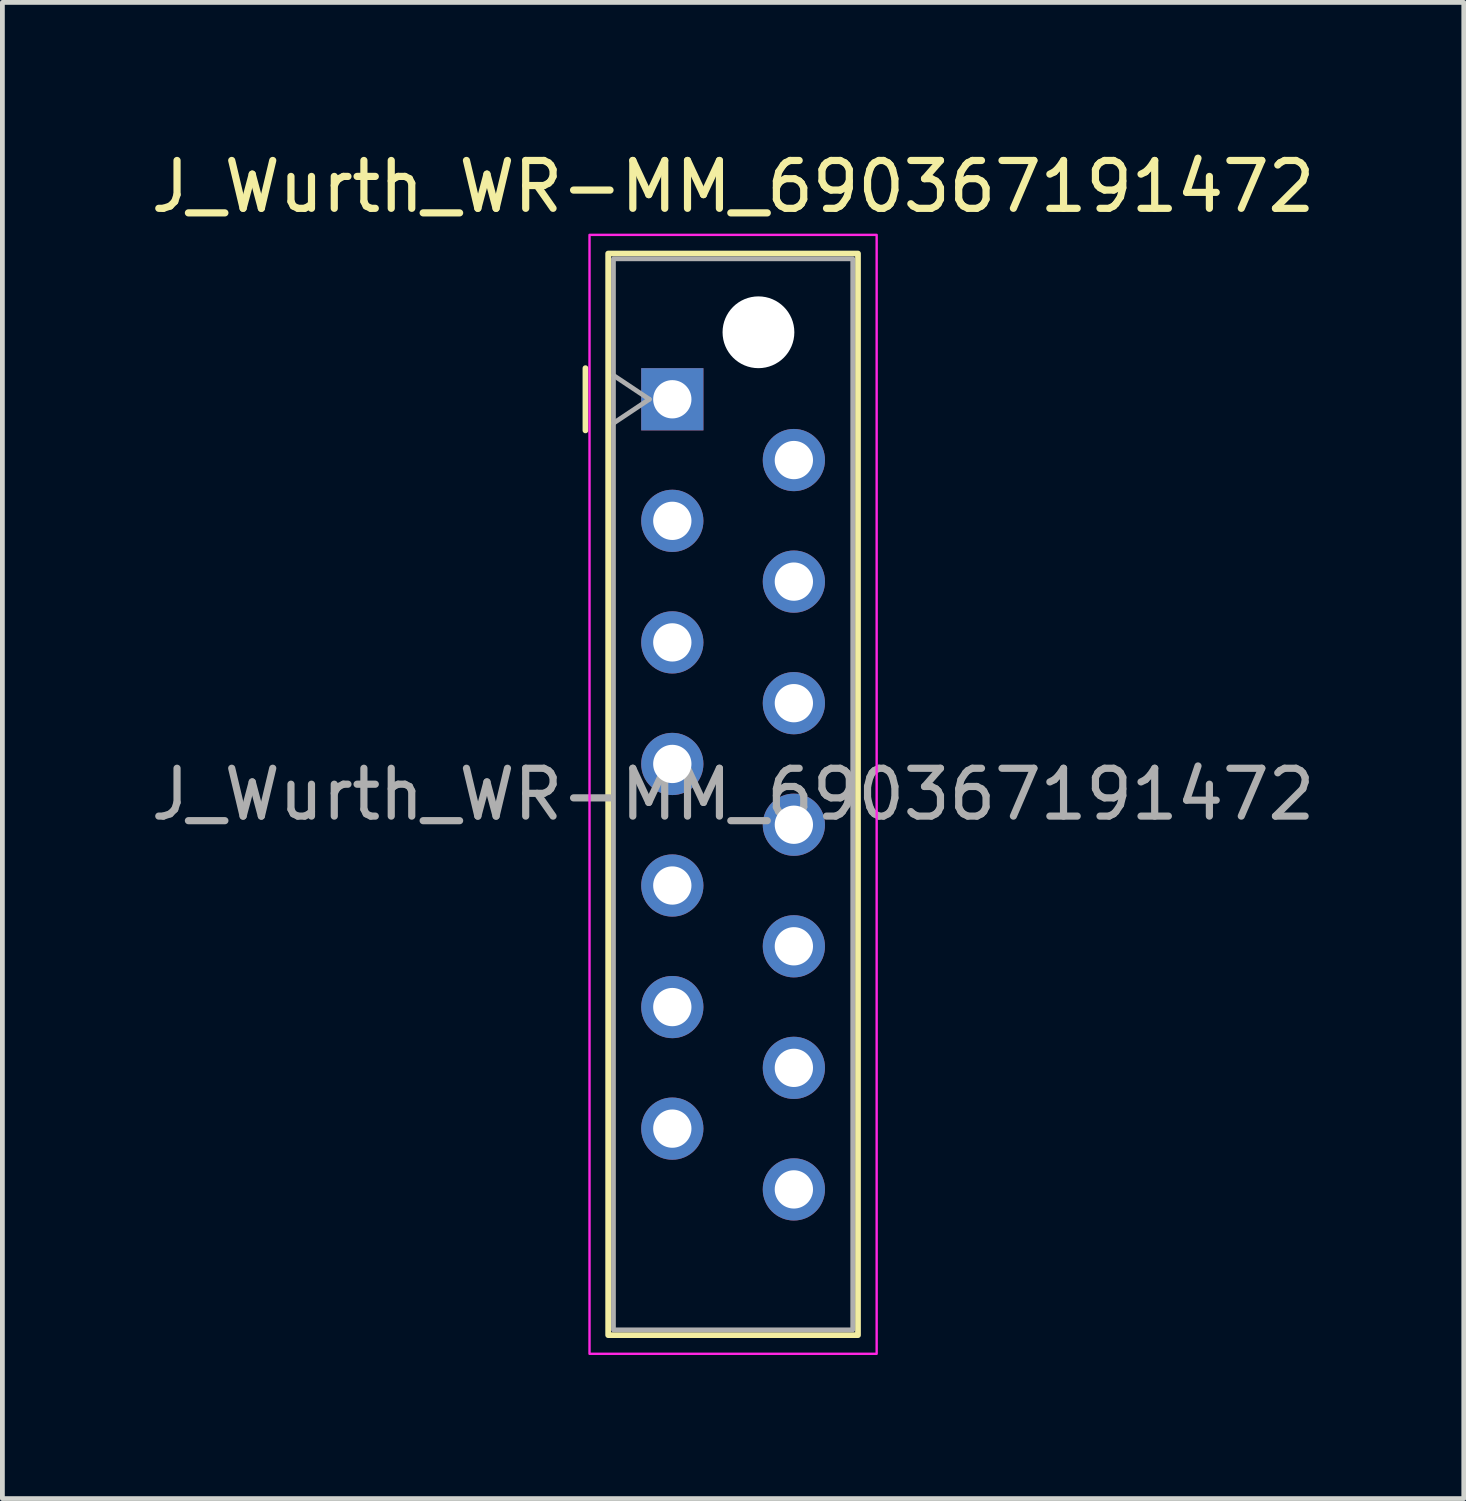
<source format=kicad_pcb>
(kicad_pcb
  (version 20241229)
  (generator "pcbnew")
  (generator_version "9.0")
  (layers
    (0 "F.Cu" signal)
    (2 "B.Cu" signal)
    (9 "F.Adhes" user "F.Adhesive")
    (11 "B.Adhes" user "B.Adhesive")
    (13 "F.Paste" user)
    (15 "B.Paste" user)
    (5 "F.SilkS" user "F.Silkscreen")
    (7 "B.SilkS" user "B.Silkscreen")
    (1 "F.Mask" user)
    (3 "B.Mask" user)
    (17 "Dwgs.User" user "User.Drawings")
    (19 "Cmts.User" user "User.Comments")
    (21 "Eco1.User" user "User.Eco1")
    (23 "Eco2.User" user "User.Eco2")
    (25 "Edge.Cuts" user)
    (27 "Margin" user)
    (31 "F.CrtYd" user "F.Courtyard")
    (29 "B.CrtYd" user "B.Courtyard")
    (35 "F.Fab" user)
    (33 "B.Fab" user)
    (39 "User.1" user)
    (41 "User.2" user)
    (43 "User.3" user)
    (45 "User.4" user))
  (footprint "J_Wurth_WR-MM_690367191472"
    (layer "F.Cu")
    (at 10.998 5.293)
    (property "Reference" "J_Wurth_WR-MM_690367191472" (at 1.27 -4.445 0) (unlocked yes) (layer "F.SilkS") (effects (font (size 1 1) (thickness 0.15))))
    (attr through_hole)
    (fp_line (start -1.815 0.65) (end -1.815 -0.65) (stroke (width 0.12) (type solid)) (layer "F.SilkS"))
    (fp_rect (start -1.34 -3.045) (end 3.88 19.555) (stroke (width 0.12) (type solid)) (fill no) (layer "F.SilkS"))
    (fp_rect (start -1.73 -3.435) (end 4.27 19.945) (stroke (width 0.05) (type solid)) (fill no) (layer "F.CrtYd"))
    (fp_line (start -0.48 0) (end -1.23 -0.5) (stroke (width 0.1) (type solid)) (layer "F.Fab"))
    (fp_line (start -0.48 0) (end -1.23 0.5) (stroke (width 0.1) (type solid)) (layer "F.Fab"))
    (fp_rect (start -1.23 -2.935) (end 3.77 19.445) (stroke (width 0.1) (type solid)) (fill no) (layer "F.Fab"))
    (fp_text user "${REFERENCE}" (at 1.27 8.255 0) (unlocked yes) (layer "F.Fab") (effects (font (size 1 1) (thickness 0.15))))
    (pad "" np_thru_hole circle (at 1.8 -1.4 90) (size 1.5 1.5) (drill 1.5) (layers "*.Cu" "*.Mask"))
    (pad "1" thru_hole rect (at 0 0 90) (size 1.3 1.3) (drill 0.8) (layers "*.Cu" "*.Mask"))
    (pad "2" thru_hole circle (at 2.54 1.27 90) (size 1.3 1.3) (drill 0.8) (layers "*.Cu" "*.Mask"))
    (pad "3" thru_hole circle (at 0 2.54 90) (size 1.3 1.3) (drill 0.8) (layers "*.Cu" "*.Mask"))
    (pad "4" thru_hole circle (at 2.54 3.81 90) (size 1.3 1.3) (drill 0.8) (layers "*.Cu" "*.Mask"))
    (pad "5" thru_hole circle (at 0 5.08 90) (size 1.3 1.3) (drill 0.8) (layers "*.Cu" "*.Mask"))
    (pad "6" thru_hole circle (at 2.54 6.35 90) (size 1.3 1.3) (drill 0.8) (layers "*.Cu" "*.Mask"))
    (pad "7" thru_hole circle (at 0 7.62 90) (size 1.3 1.3) (drill 0.8) (layers "*.Cu" "*.Mask"))
    (pad "8" thru_hole circle (at 2.54 8.89 90) (size 1.3 1.3) (drill 0.8) (layers "*.Cu" "*.Mask"))
    (pad "9" thru_hole circle (at 0 10.16 90) (size 1.3 1.3) (drill 0.8) (layers "*.Cu" "*.Mask"))
    (pad "10" thru_hole circle (at 2.54 11.43 90) (size 1.3 1.3) (drill 0.8) (layers "*.Cu" "*.Mask"))
    (pad "11" thru_hole circle (at 0 12.7 90) (size 1.3 1.3) (drill 0.8) (layers "*.Cu" "*.Mask"))
    (pad "12" thru_hole circle (at 2.54 13.97 90) (size 1.3 1.3) (drill 0.8) (layers "*.Cu" "*.Mask"))
    (pad "13" thru_hole circle (at 0 15.24 90) (size 1.3 1.3) (drill 0.8) (layers "*.Cu" "*.Mask"))
    (pad "14" thru_hole circle (at 2.54 16.51 90) (size 1.3 1.3) (drill 0.8) (layers "*.Cu" "*.Mask")))
  (gr_rect
    (start -3 -3)
    (end 27.536 28.263)
    (stroke (width 0.1) (type default))
    (fill no)
    (layer "Edge.Cuts")))
</source>
